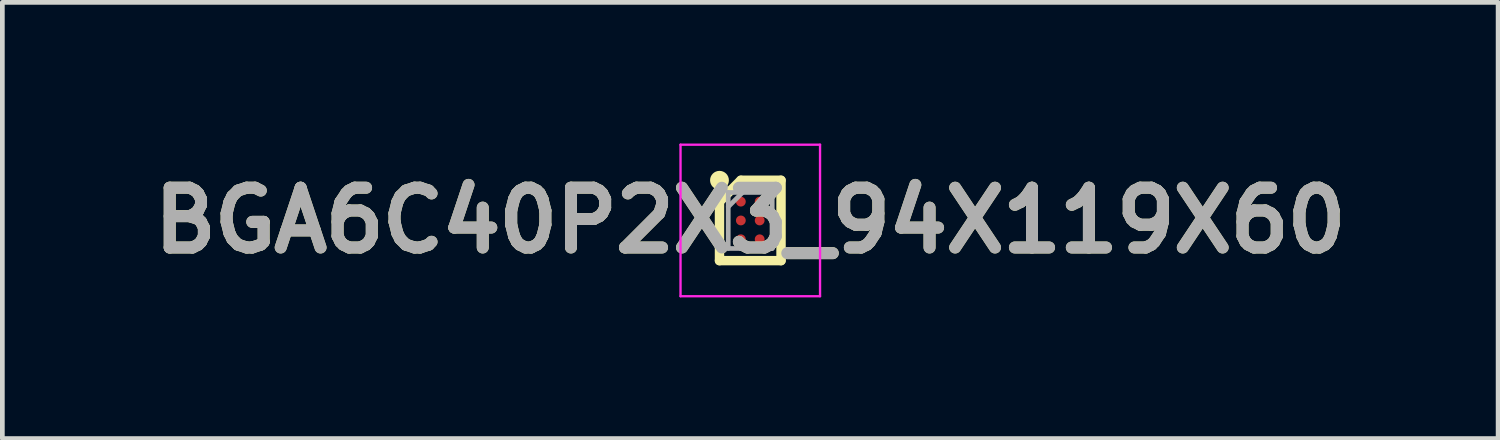
<source format=kicad_pcb>
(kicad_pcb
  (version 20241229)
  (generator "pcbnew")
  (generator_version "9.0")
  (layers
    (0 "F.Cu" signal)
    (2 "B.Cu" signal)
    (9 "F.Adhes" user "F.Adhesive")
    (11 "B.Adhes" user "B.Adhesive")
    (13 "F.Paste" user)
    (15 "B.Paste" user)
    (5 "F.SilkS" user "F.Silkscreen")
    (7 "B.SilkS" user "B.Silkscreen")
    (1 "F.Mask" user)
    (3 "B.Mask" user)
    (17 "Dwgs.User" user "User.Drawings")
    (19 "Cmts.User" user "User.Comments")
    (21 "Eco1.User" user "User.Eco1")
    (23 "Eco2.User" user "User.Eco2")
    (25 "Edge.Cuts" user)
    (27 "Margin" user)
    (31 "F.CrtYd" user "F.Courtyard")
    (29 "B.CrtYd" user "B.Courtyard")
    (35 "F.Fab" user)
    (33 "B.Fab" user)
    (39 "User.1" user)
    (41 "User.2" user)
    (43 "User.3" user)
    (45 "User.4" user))
  (footprint "BGA6C40P2X3_94X119X60"
    (layer "F.Cu")
    (at 12.894 1.635)
    (property "Reference" "BGA6C40P2X3_94X119X60" (at 0 0 0) (layer "F.SilkS") (effects (font (size 1.27 1.27) (thickness 0.254))))
    (attr smd)
    (fp_line (start -0.654 -0.4) (end -0.2 -0.854) (stroke (width 0.2) (type solid)) (layer "F.SilkS"))
    (fp_line (start -0.654 0.854) (end -0.654 -0.4) (stroke (width 0.2) (type solid)) (layer "F.SilkS"))
    (fp_line (start -0.2 -0.854) (end 0.654 -0.854) (stroke (width 0.2) (type solid)) (layer "F.SilkS"))
    (fp_line (start 0.654 -0.854) (end 0.654 0.854) (stroke (width 0.2) (type solid)) (layer "F.SilkS"))
    (fp_line (start 0.654 0.854) (end -0.654 0.854) (stroke (width 0.2) (type solid)) (layer "F.SilkS"))
    (fp_circle (center -0.654 -0.854) (end -0.654 -0.754) (stroke (width 0.2) (type solid)) (fill no) (layer "F.SilkS"))
    (fp_line (start -1.482 -1.61) (end 1.483 -1.61) (stroke (width 0.05) (type solid)) (layer "F.CrtYd"))
    (fp_line (start -1.482 1.61) (end -1.482 -1.61) (stroke (width 0.05) (type solid)) (layer "F.CrtYd"))
    (fp_line (start 1.483 -1.61) (end 1.483 1.61) (stroke (width 0.05) (type solid)) (layer "F.CrtYd"))
    (fp_line (start 1.483 1.61) (end -1.482 1.61) (stroke (width 0.05) (type solid)) (layer "F.CrtYd"))
    (fp_line (start -0.468 -0.595) (end 0.467 -0.595) (stroke (width 0.1) (type solid)) (layer "F.Fab"))
    (fp_line (start -0.468 -0.29) (end -0.163 -0.595) (stroke (width 0.1) (type solid)) (layer "F.Fab"))
    (fp_line (start -0.468 0.595) (end -0.468 -0.595) (stroke (width 0.1) (type solid)) (layer "F.Fab"))
    (fp_line (start 0.467 -0.595) (end 0.467 0.595) (stroke (width 0.1) (type solid)) (layer "F.Fab"))
    (fp_line (start 0.467 0.595) (end -0.468 0.595) (stroke (width 0.1) (type solid)) (layer "F.Fab"))
    (fp_text user "${REFERENCE}" (at 0 0 0) (layer "F.Fab") (effects (font (size 1.27 1.27) (thickness 0.254))))
    (pad "A1" smd circle (at -0.2 -0.4 90) (size 0.208 0.208) (layers "F.Cu" "F.Mask" "F.Paste"))
    (pad "A2" smd circle (at 0.2 -0.4 90) (size 0.208 0.208) (layers "F.Cu" "F.Mask" "F.Paste"))
    (pad "B1" smd circle (at -0.2 0 90) (size 0.208 0.208) (layers "F.Cu" "F.Mask" "F.Paste"))
    (pad "B2" smd circle (at 0.2 0 90) (size 0.208 0.208) (layers "F.Cu" "F.Mask" "F.Paste"))
    (pad "C1" smd circle (at -0.2 0.4 90) (size 0.208 0.208) (layers "F.Cu" "F.Mask" "F.Paste"))
    (pad "C2" smd circle (at 0.2 0.4 90) (size 0.208 0.208) (layers "F.Cu" "F.Mask" "F.Paste")))
  (gr_rect
    (start -3 -3)
    (end 28.787 6.27)
    (stroke (width 0.1) (type default))
    (fill no)
    (layer "Edge.Cuts")))
</source>
